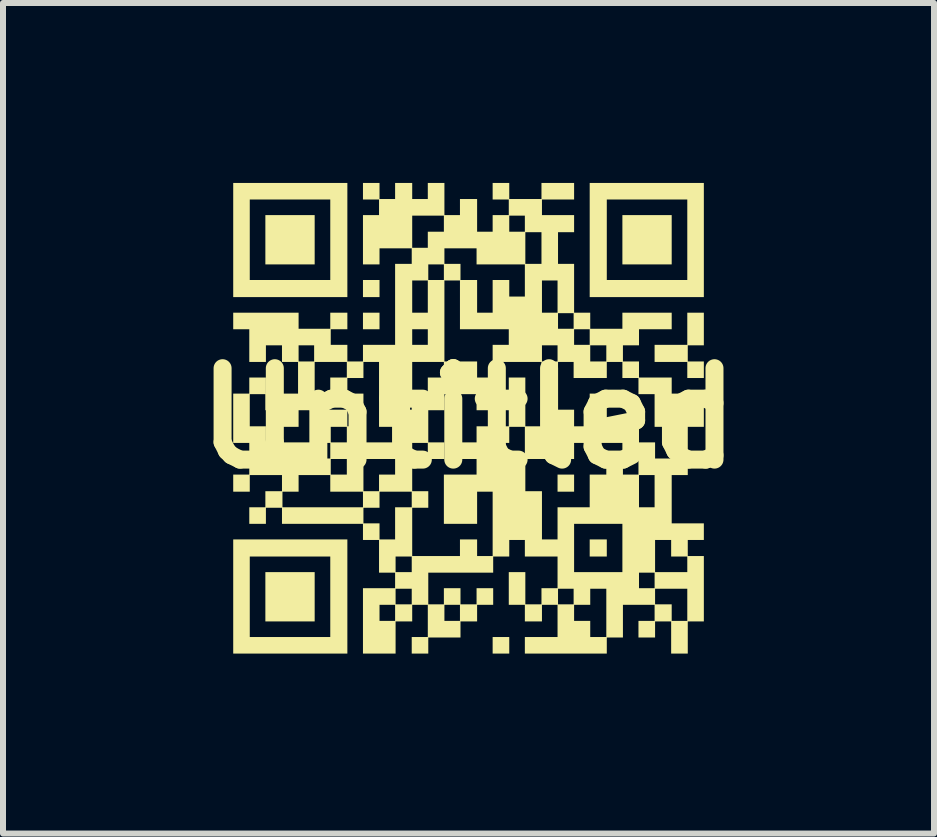
<source format=kicad_pcb>
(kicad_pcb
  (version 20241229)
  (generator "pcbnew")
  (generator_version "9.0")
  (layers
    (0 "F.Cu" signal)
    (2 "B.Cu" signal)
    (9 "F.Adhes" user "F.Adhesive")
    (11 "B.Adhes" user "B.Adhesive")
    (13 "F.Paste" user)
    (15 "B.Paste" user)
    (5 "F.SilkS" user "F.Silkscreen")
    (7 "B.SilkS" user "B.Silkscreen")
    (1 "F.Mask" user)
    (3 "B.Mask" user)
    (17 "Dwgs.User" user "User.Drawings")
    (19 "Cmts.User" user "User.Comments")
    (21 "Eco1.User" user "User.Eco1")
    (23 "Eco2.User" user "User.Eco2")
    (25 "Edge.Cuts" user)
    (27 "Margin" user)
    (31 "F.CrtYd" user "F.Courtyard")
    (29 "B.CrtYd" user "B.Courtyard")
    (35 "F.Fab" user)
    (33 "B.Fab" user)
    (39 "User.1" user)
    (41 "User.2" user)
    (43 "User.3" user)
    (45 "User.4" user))
  (footprint "Untitled"
    (layer "F.Cu")
    (at 4.761 3.923)
    (property "Reference" "Untitled" (at 0 0 0) (layer "F.SilkS") (effects (font (size 1.524 1.524) (thickness 0.3))))
    (attr board_only exclude_from_pos_files exclude_from_bom)
    (fp_poly (pts (xy -2.565 -2.565) (xy -3.387 -2.565) (xy -3.387 -3.387) (xy -2.565 -3.387)) (stroke (width 0) (type solid)) (fill yes) (layer "F.SilkS"))
    (fp_poly (pts (xy -2.565 3.387) (xy -3.387 3.387) (xy -3.387 2.565) (xy -2.565 2.565)) (stroke (width 0) (type solid)) (fill yes) (layer "F.SilkS"))
    (fp_poly (pts (xy -1.484 -2.02) (xy -1.76 -2.02) (xy -1.76 -2.305) (xy -1.484 -2.305)) (stroke (width 0) (type solid)) (fill yes) (layer "F.SilkS"))
    (fp_poly (pts (xy -1.484 -1.484) (xy -1.76 -1.484) (xy -1.76 -1.76) (xy -1.484 -1.76)) (stroke (width 0) (type solid)) (fill yes) (layer "F.SilkS"))
    (fp_poly (pts (xy 0.679 3.923) (xy 0.402 3.923) (xy 0.402 3.647) (xy 0.679 3.647)) (stroke (width 0) (type solid)) (fill yes) (layer "F.SilkS"))
    (fp_poly (pts (xy 1.76 1.224) (xy 1.484 1.224) (xy 1.484 0.939) (xy 1.76 0.939)) (stroke (width 0) (type solid)) (fill yes) (layer "F.SilkS"))
    (fp_poly (pts (xy 2.305 2.305) (xy 2.02 2.305) (xy 2.02 2.02) (xy 2.305 2.02)) (stroke (width 0) (type solid)) (fill yes) (layer "F.SilkS"))
    (fp_poly (pts (xy 3.387 -2.565) (xy 2.565 -2.565) (xy 2.565 -3.387) (xy 3.387 -3.387)) (stroke (width 0) (type solid)) (fill yes) (layer "F.SilkS"))
    (fp_poly (pts (xy -2.02 -2.02) (xy -3.923 -2.02) (xy -3.923 -2.305) (xy -3.647 -2.305) (xy -2.305 -2.305) (xy -2.305 -3.647) (xy -3.647 -3.647) (xy -3.647 -2.305) (xy -3.923 -2.305) (xy -3.923 -3.923) (xy -2.02 -3.923)) (stroke (width 0) (type solid)) (fill yes) (layer "F.SilkS"))
    (fp_poly (pts (xy -2.02 3.923) (xy -3.923 3.923) (xy -3.923 3.647) (xy -3.647 3.647) (xy -2.305 3.647) (xy -2.305 2.305) (xy -3.647 2.305) (xy -3.647 3.647) (xy -3.923 3.647) (xy -3.923 2.02) (xy -2.02 2.02)) (stroke (width 0) (type solid)) (fill yes) (layer "F.SilkS"))
    (fp_poly (pts (xy 3.923 -2.02) (xy 2.02 -2.02) (xy 2.02 -2.305) (xy 2.305 -2.305) (xy 3.647 -2.305) (xy 3.647 -3.647) (xy 2.305 -3.647) (xy 2.305 -2.305) (xy 2.02 -2.305) (xy 2.02 -3.923) (xy 3.923 -3.923)) (stroke (width 0) (type solid)) (fill yes) (layer "F.SilkS"))
    (fp_poly (pts (xy 3.923 -1.216) (xy 3.655 -1.216) (xy 3.655 -0.947) (xy 3.923 -0.947) (xy 3.923 -0.671) (xy 3.647 -0.671) (xy 3.647 -0.939) (xy 3.102 -0.939) (xy 3.102 -1.224) (xy 3.647 -1.224) (xy 3.647 -1.76) (xy 3.923 -1.76)) (stroke (width 0) (type solid)) (fill yes) (layer "F.SilkS"))
    (fp_poly (pts (xy -1.484 -3.655) (xy -1.224 -3.655) (xy -1.224 -3.923) (xy -0.939 -3.923) (xy -0.939 -3.655) (xy -0.679 -3.655) (xy -0.679 -3.923) (xy -0.402 -3.923) (xy -0.402 -3.387) (xy -0.143 -3.387) (xy -0.143 -3.655) (xy 0.143 -3.655) (xy 0.143 -3.11) (xy 0.402 -3.11) (xy 0.679 -3.11) (xy 0.939 -3.11) (xy 0.939 -3.378) (xy 0.679 -3.378) (xy 0.679 -3.11) (xy 0.402 -3.11) (xy 0.402 -3.387) (xy 0.671 -3.387) (xy 0.671 -3.647) (xy 0.402 -3.647) (xy 0.402 -3.923) (xy 0.679 -3.923) (xy 0.679 -3.655) (xy 1.216 -3.655) (xy 1.216 -3.923) (xy 1.76 -3.923) (xy 1.76 -3.647) (xy 1.224 -3.647) (xy 1.224 -3.387) (xy 1.76 -3.387) (xy 1.76 -3.102) (xy 1.492 -3.102) (xy 1.492 -2.574) (xy 1.76 -2.574) (xy 1.76 -1.76) (xy 2.029 -1.76) (xy 2.029 -1.492) (xy 2.565 -1.492) (xy 2.565 -1.76) (xy 3.387 -1.76) (xy 3.387 -1.484) (xy 2.842 -1.484) (xy 2.842 -1.216) (xy 2.574 -1.216) (xy 2.574 -0.947) (xy 2.842 -0.947) (xy 2.842 -0.679) (xy 3.387 -0.679) (xy 3.387 -0.411) (xy 3.923 -0.411) (xy 3.923 0.143) (xy 3.655 0.143) (xy 3.655 0.947) (xy 3.387 0.947) (xy 3.387 1.752) (xy 3.923 1.752) (xy 3.923 2.029) (xy 3.655 2.029) (xy 3.655 2.297) (xy 3.923 2.297) (xy 3.923 3.387) (xy 3.655 3.387) (xy 3.655 3.923) (xy 3.378 3.923) (xy 3.378 3.387) (xy 3.11 3.387) (xy 3.11 3.655) (xy 2.833 3.655) (xy 2.833 3.378) (xy 3.102 3.378) (xy 3.102 3.11) (xy 2.574 3.11) (xy 2.574 3.655) (xy 2.305 3.655) (xy 2.305 3.923) (xy 0.939 3.923) (xy 0.939 3.647) (xy 1.484 3.647) (xy 1.484 3.378) (xy 1.76 3.378) (xy 2.029 3.378) (xy 2.029 3.647) (xy 2.297 3.647) (xy 2.297 3.102) (xy 3.11 3.102) (xy 3.387 3.102) (xy 3.387 3.378) (xy 3.647 3.378) (xy 3.647 2.842) (xy 3.11 2.842) (xy 3.11 3.102) (xy 2.297 3.102) (xy 2.297 2.842) (xy 2.029 2.842) (xy 2.029 3.11) (xy 1.76 3.11) (xy 1.76 3.378) (xy 1.484 3.378) (xy 1.484 3.11) (xy 1.224 3.11) (xy 1.224 3.387) (xy 0.939 3.387) (xy 0.939 3.11) (xy 0.671 3.11) (xy 0.671 2.565) (xy 0.947 2.565) (xy 0.947 3.102) (xy 1.216 3.102) (xy 1.492 3.102) (xy 1.752 3.102) (xy 1.752 2.842) (xy 1.492 2.842) (xy 1.492 3.102) (xy 1.216 3.102) (xy 1.216 2.833) (xy 1.484 2.833) (xy 2.842 2.833) (xy 3.102 2.833) (xy 3.102 2.574) (xy 2.842 2.574) (xy 2.842 2.833) (xy 1.484 2.833) (xy 1.484 2.565) (xy 1.76 2.565) (xy 2.565 2.565) (xy 3.11 2.565) (xy 3.647 2.565) (xy 3.647 2.305) (xy 3.378 2.305) (xy 3.378 2.029) (xy 3.11 2.029) (xy 3.11 2.565) (xy 2.565 2.565) (xy 2.565 1.76) (xy 1.76 1.76) (xy 1.76 2.565) (xy 1.484 2.565) (xy 1.484 2.305) (xy 0.939 2.305) (xy 0.939 2.029) (xy 0.679 2.029) (xy 0.679 2.305) (xy 0.411 2.305) (xy 0.411 2.574) (xy -0.671 2.574) (xy -0.671 3.102) (xy -0.411 3.102) (xy -0.411 2.833) (xy -0.134 2.833) (xy -0.134 3.102) (xy 0.134 3.102) (xy 0.134 2.833) (xy 0.411 2.833) (xy 0.411 3.11) (xy 0.143 3.11) (xy 0.143 3.387) (xy -0.134 3.387) (xy -0.134 3.655) (xy -0.671 3.655) (xy -0.671 3.923) (xy -0.947 3.923) (xy -0.947 3.647) (xy -0.679 3.647) (xy -0.679 3.378) (xy -0.402 3.378) (xy -0.143 3.378) (xy -0.143 3.11) (xy -0.402 3.11) (xy -0.402 3.378) (xy -0.679 3.378) (xy -0.679 3.11) (xy -0.939 3.11) (xy -0.939 3.387) (xy -1.216 3.387) (xy -1.216 3.923) (xy -1.76 3.923) (xy -1.76 3.378) (xy -1.484 3.378) (xy -1.224 3.378) (xy -1.224 3.11) (xy -1.484 3.11) (xy -1.484 3.378) (xy -1.76 3.378) (xy -1.76 3.102) (xy -1.216 3.102) (xy -0.947 3.102) (xy -0.947 2.842) (xy -1.216 2.842) (xy -1.216 3.102) (xy -1.76 3.102) (xy -1.76 2.833) (xy -1.224 2.833) (xy -1.224 2.574) (xy -1.492 2.574) (xy -1.492 2.565) (xy -1.216 2.565) (xy -0.947 2.565) (xy -0.947 2.305) (xy -1.216 2.305) (xy -1.216 2.565) (xy -1.492 2.565) (xy -1.492 2.297) (xy -0.939 2.297) (xy -0.143 2.297) (xy -0.143 2.02) (xy 0.143 2.02) (xy 0.143 2.297) (xy 0.402 2.297) (xy 0.402 1.224) (xy 0.143 1.224) (xy 0.143 1.76) (xy -0.411 1.76) (xy -0.411 1.216) (xy 0.947 1.216) (xy 1.224 1.216) (xy 1.224 2.02) (xy 1.484 2.02) (xy 1.484 1.484) (xy 2.02 1.484) (xy 2.842 1.484) (xy 3.102 1.484) (xy 3.102 0.947) (xy 2.842 0.947) (xy 2.842 1.484) (xy 2.02 1.484) (xy 2.02 0.939) (xy 2.297 0.939) (xy 2.574 0.939) (xy 2.833 0.939) (xy 2.833 0.679) (xy 2.574 0.679) (xy 2.574 0.939) (xy 2.297 0.939) (xy 2.297 0.671) (xy 2.565 0.671) (xy 2.565 0.411) (xy 1.76 0.411) (xy 1.76 0.679) (xy 0.947 0.679) (xy 0.947 1.216) (xy -0.411 1.216) (xy -0.411 0.939) (xy 0.134 0.939) (xy 0.134 0.679) (xy -0.143 0.679) (xy -0.143 0.671) (xy 0.411 0.671) (xy 0.939 0.671) (xy 0.939 0.143) (xy 0.679 0.143) (xy 0.679 0.411) (xy 0.411 0.411) (xy 0.411 0.671) (xy -0.143 0.671) (xy -0.143 0.402) (xy 0.134 0.402) (xy 0.134 0.134) (xy 0.671 0.134) (xy 0.671 -0.134) (xy 0.134 -0.134) (xy 0.134 -0.402) (xy -0.402 -0.402) (xy -0.402 -0.134) (xy -0.671 -0.134) (xy -0.671 0.402) (xy -0.402 0.402) (xy -0.402 0.679) (xy -0.679 0.679) (xy -0.679 0.411) (xy -0.939 0.411) (xy -0.939 1.216) (xy -0.671 1.216) (xy -0.671 1.492) (xy -0.939 1.492) (xy -0.939 2.297) (xy -1.492 2.297) (xy -1.492 2.029) (xy -1.76 2.029) (xy -1.76 1.76) (xy -3.11 1.76) (xy -3.11 1.752) (xy -1.752 1.752) (xy -1.484 1.752) (xy -1.484 2.02) (xy -1.224 2.02) (xy -1.224 1.484) (xy -0.947 1.484) (xy -0.947 1.224) (xy -1.484 1.224) (xy -1.484 1.492) (xy -1.752 1.492) (xy -1.752 1.752) (xy -3.11 1.752) (xy -3.11 1.492) (xy -3.378 1.492) (xy -3.378 1.76) (xy -3.655 1.76) (xy -3.655 1.484) (xy -3.387 1.484) (xy -3.102 1.484) (xy -1.76 1.484) (xy -1.76 1.224) (xy -2.305 1.224) (xy -2.305 1.216) (xy -1.752 1.216) (xy -1.492 1.216) (xy -1.492 0.939) (xy -1.224 0.939) (xy -1.224 0.679) (xy -1.752 0.679) (xy -1.752 1.216) (xy -2.305 1.216) (xy -2.305 0.947) (xy -2.833 0.947) (xy -2.833 1.224) (xy -3.102 1.224) (xy -3.102 1.484) (xy -3.387 1.484) (xy -3.387 1.216) (xy -3.11 1.216) (xy -3.11 0.947) (xy -3.647 0.947) (xy -3.647 1.224) (xy -3.923 1.224) (xy -3.923 0.939) (xy -3.655 0.939) (xy -2.297 0.939) (xy -2.029 0.939) (xy -2.029 0.679) (xy -2.297 0.679) (xy -2.297 0.939) (xy -3.655 0.939) (xy -3.655 0.671) (xy -2.565 0.671) (xy -2.305 0.671) (xy -2.305 0.411) (xy -2.565 0.411) (xy -2.565 0.671) (xy -3.655 0.671) (xy -3.655 0.411) (xy -3.923 0.411) (xy -3.923 0.134) (xy -3.647 0.134) (xy -3.378 0.134) (xy -3.378 0.402) (xy -2.574 0.402) (xy -2.297 0.402) (xy -2.029 0.402) (xy -2.029 0.143) (xy -2.297 0.143) (xy -2.297 0.402) (xy -2.574 0.402) (xy -2.574 0.134) (xy -2.02 0.134) (xy -1.752 0.134) (xy -1.752 0.402) (xy -1.224 0.402) (xy -1.224 0.143) (xy -1.492 0.143) (xy -1.492 -0.143) (xy -1.216 -0.143) (xy -0.947 -0.143) (xy -0.947 -0.402) (xy -1.216 -0.402) (xy -1.216 -0.143) (xy -1.492 -0.143) (xy -1.492 -0.411) (xy -0.939 -0.411) (xy -0.679 -0.411) (xy -0.679 -0.679) (xy -0.411 -0.679) (xy -0.411 -0.939) (xy -0.939 -0.939) (xy -0.939 -0.411) (xy -1.492 -0.411) (xy -1.492 -0.939) (xy -1.752 -0.939) (xy -1.752 -0.671) (xy -2.02 -0.671) (xy -2.02 -0.411) (xy -1.752 -0.411) (xy -1.752 -0.134) (xy -2.02 -0.134) (xy -2.02 0.134) (xy -2.574 0.134) (xy -2.574 -0.134) (xy -2.833 -0.134) (xy -2.833 0.143) (xy -3.11 0.143) (xy -3.11 -0.134) (xy -3.387 -0.134) (xy -3.387 -0.143) (xy -2.565 -0.143) (xy -2.029 -0.143) (xy -2.029 -0.402) (xy -2.305 -0.402) (xy -2.305 -0.679) (xy -2.029 -0.679) (xy -2.029 -0.939) (xy -2.565 -0.939) (xy -2.565 -0.143) (xy -3.387 -0.143) (xy -3.387 -0.402) (xy -3.647 -0.402) (xy -3.647 0.134) (xy -3.923 0.134) (xy -3.923 -0.411) (xy -3.655 -0.411) (xy -3.655 -0.679) (xy -3.378 -0.679) (xy -3.378 -0.411) (xy -2.842 -0.411) (xy -2.842 -0.939) (xy -3.11 -0.939) (xy -3.11 -0.947) (xy -2.833 -0.947) (xy -2.574 -0.947) (xy -2.574 -1.216) (xy -2.833 -1.216) (xy -2.833 -0.947) (xy -3.11 -0.947) (xy -3.11 -1.216) (xy -3.378 -1.216) (xy -3.378 -0.939) (xy -3.655 -0.939) (xy -3.655 -1.484) (xy -3.923 -1.484) (xy -3.923 -1.76) (xy -2.833 -1.76) (xy -2.833 -1.492) (xy -2.305 -1.492) (xy -2.305 -1.76) (xy -2.02 -1.76) (xy -2.02 -1.484) (xy -2.297 -1.484) (xy -2.297 -1.224) (xy -2.02 -1.224) (xy -2.02 -0.947) (xy -1.76 -0.947) (xy -0.402 -0.947) (xy 0.143 -0.947) (xy 0.143 -0.679) (xy 0.411 -0.679) (xy 0.411 -0.411) (xy 0.671 -0.411) (xy 0.671 -0.679) (xy 0.947 -0.679) (xy 0.947 0.134) (xy 1.216 0.134) (xy 1.216 -0.143) (xy 1.492 -0.143) (xy 1.76 -0.143) (xy 1.76 0.134) (xy 2.02 0.134) (xy 2.02 -0.411) (xy 2.305 -0.411) (xy 2.305 0.134) (xy 2.842 0.134) (xy 2.842 0.402) (xy 3.11 0.402) (xy 3.11 0.671) (xy 3.378 0.671) (xy 3.378 0.143) (xy 3.102 0.143) (xy 3.102 -0.402) (xy 2.833 -0.402) (xy 2.833 -0.671) (xy 2.565 -0.671) (xy 2.565 -0.939) (xy 2.305 -0.939) (xy 2.305 -0.671) (xy 1.752 -0.671) (xy 1.752 -0.939) (xy 1.492 -0.939) (xy 1.492 -0.143) (xy 1.216 -0.143) (xy 1.216 -0.939) (xy 0.402 -0.939) (xy 0.402 -0.947) (xy 1.224 -0.947) (xy 1.484 -0.947) (xy 2.029 -0.947) (xy 2.297 -0.947) (xy 2.297 -1.216) (xy 2.029 -1.216) (xy 2.029 -0.947) (xy 1.484 -0.947) (xy 1.484 -1.216) (xy 1.224 -1.216) (xy 1.224 -0.947) (xy 0.402 -0.947) (xy 0.402 -1.224) (xy 0.671 -1.224) (xy 1.76 -1.224) (xy 2.02 -1.224) (xy 2.02 -1.484) (xy 1.76 -1.484) (xy 1.76 -1.224) (xy 0.671 -1.224) (xy 0.671 -1.484) (xy -0.143 -1.484) (xy -0.143 -1.492) (xy 1.492 -1.492) (xy 1.752 -1.492) (xy 1.752 -1.752) (xy 1.492 -1.752) (xy 1.492 -1.492) (xy -0.143 -1.492) (xy -0.143 -2.297) (xy -0.402 -2.297) (xy -0.402 -0.947) (xy -1.76 -0.947) (xy -1.76 -1.224) (xy -1.224 -1.224) (xy -0.939 -1.224) (xy -0.679 -1.224) (xy -0.679 -1.484) (xy -0.939 -1.484) (xy -0.939 -1.224) (xy -1.224 -1.224) (xy -1.224 -1.76) (xy -0.939 -1.76) (xy -0.679 -1.76) (xy -0.679 -2.297) (xy -0.939 -2.297) (xy -0.939 -1.76) (xy -1.224 -1.76) (xy -1.224 -2.305) (xy -0.671 -2.305) (xy -0.411 -2.305) (xy -0.411 -2.565) (xy -0.671 -2.565) (xy -0.671 -2.305) (xy -1.224 -2.305) (xy -1.224 -2.574) (xy -0.947 -2.574) (xy -0.402 -2.574) (xy -0.134 -2.574) (xy -0.134 -2.305) (xy 0.143 -2.305) (xy 0.143 -1.76) (xy 0.402 -1.76) (xy 1.224 -1.76) (xy 1.484 -1.76) (xy 1.484 -2.297) (xy 1.224 -2.297) (xy 1.224 -1.76) (xy 0.402 -1.76) (xy 0.402 -2.305) (xy 0.679 -2.305) (xy 0.679 -2.029) (xy 0.939 -2.029) (xy 0.939 -2.565) (xy 0.134 -2.565) (xy 0.134 -2.574) (xy 0.947 -2.574) (xy 1.216 -2.574) (xy 1.216 -3.102) (xy 0.947 -3.102) (xy 0.947 -2.574) (xy 0.134 -2.574) (xy 0.134 -2.833) (xy -0.402 -2.833) (xy -0.402 -2.574) (xy -0.947 -2.574) (xy -0.947 -2.833) (xy -1.484 -2.833) (xy -1.484 -2.565) (xy -1.76 -2.565) (xy -1.76 -2.842) (xy -0.939 -2.842) (xy -0.679 -2.842) (xy -0.679 -3.11) (xy -0.411 -3.11) (xy -0.411 -3.378) (xy -0.939 -3.378) (xy -0.939 -2.842) (xy -1.76 -2.842) (xy -1.76 -3.387) (xy -1.492 -3.387) (xy -1.492 -3.647) (xy -1.76 -3.647) (xy -1.76 -3.923) (xy -1.484 -3.923)) (stroke (width 0) (type solid)) (fill yes) (layer "F.SilkS")))
  (gr_rect
    (start -3 -3)
    (end 12.521 10.846)
    (stroke (width 0.1) (type default))
    (fill no)
    (layer "Edge.Cuts")))
</source>
